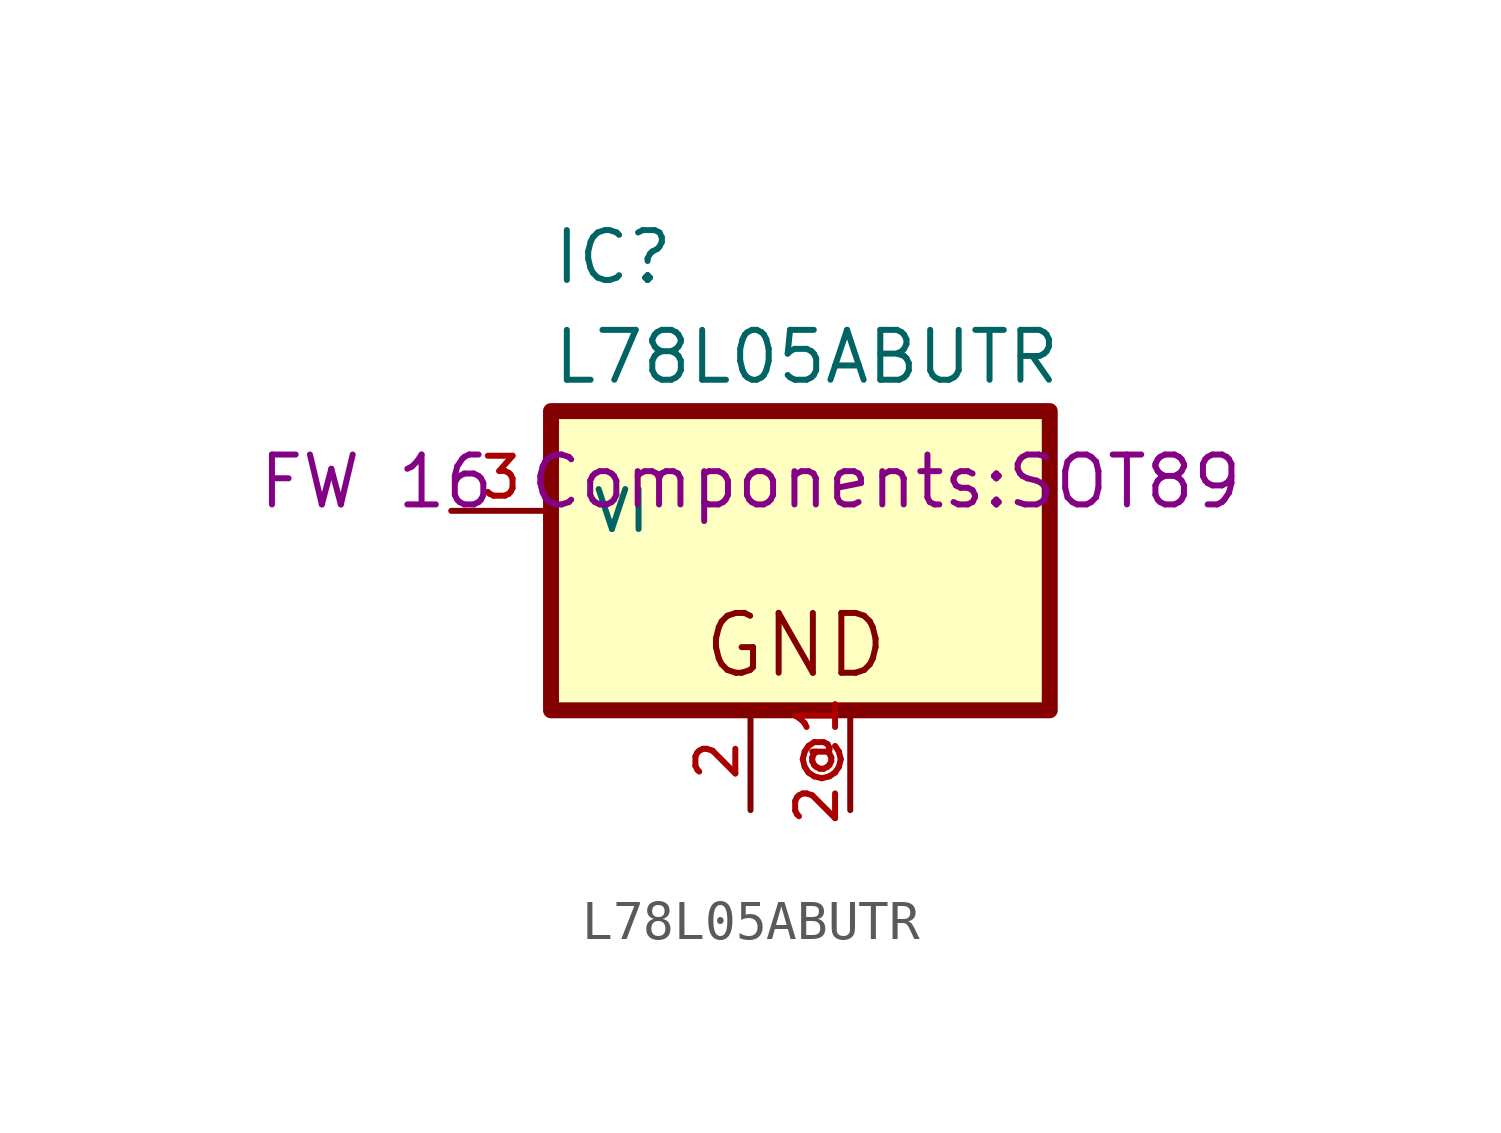
<source format=kicad_sym>
(kicad_symbol_lib
  (version 20231120)
  (generator "kicad_symbol_editor")
  (generator_version "8.0")
  (symbol "L78L05ABUTR"
    (pin_names
      (offset 1.016))
    (property "Reference" "IC"
      (at -5.08 5.715 0)
      (effects (font (size 1.27 1.27)) (justify left bottom)))
    (property "Value" "L78L05ABUTR"
      (at -5.08 3.175 0)
      (effects (font (size 1.27 1.27)) (justify left bottom)))
    (property "Footprint" "FW 16 Components:SOT89"
      (at 0 0 0)
      (effects (font (size 1.27 1.27)) (justify bottom)))
    (symbol "L78L05ABUTR_0_0"
      (rectangle (start -5.08 -5.08) (end 7.62 2.54) (stroke (width 0.406) (type default)) (fill (type background)))
      (text "GND" (at -1.27 -4.318 0) (effects (font (size 1.524 1.524)) (justify left bottom)))
      (pin passive line (at 0 -7.62 90) (length 2.54) (name "~" (effects (font (size 1.016 1.016)))) (number "2" (effects (font (size 1.016 1.016)))))
      (pin passive line (at 2.54 -7.62 90) (length 2.54) (name "~" (effects (font (size 1.016 1.016)))) (number "2@1" (effects (font (size 1.016 1.016)))))
      (pin input line (at -7.62 0 0) (length 2.54) (name "VI" (effects (font (size 1.016 1.016)))) (number "3" (effects (font (size 1.016 1.016))))))))
</source>
